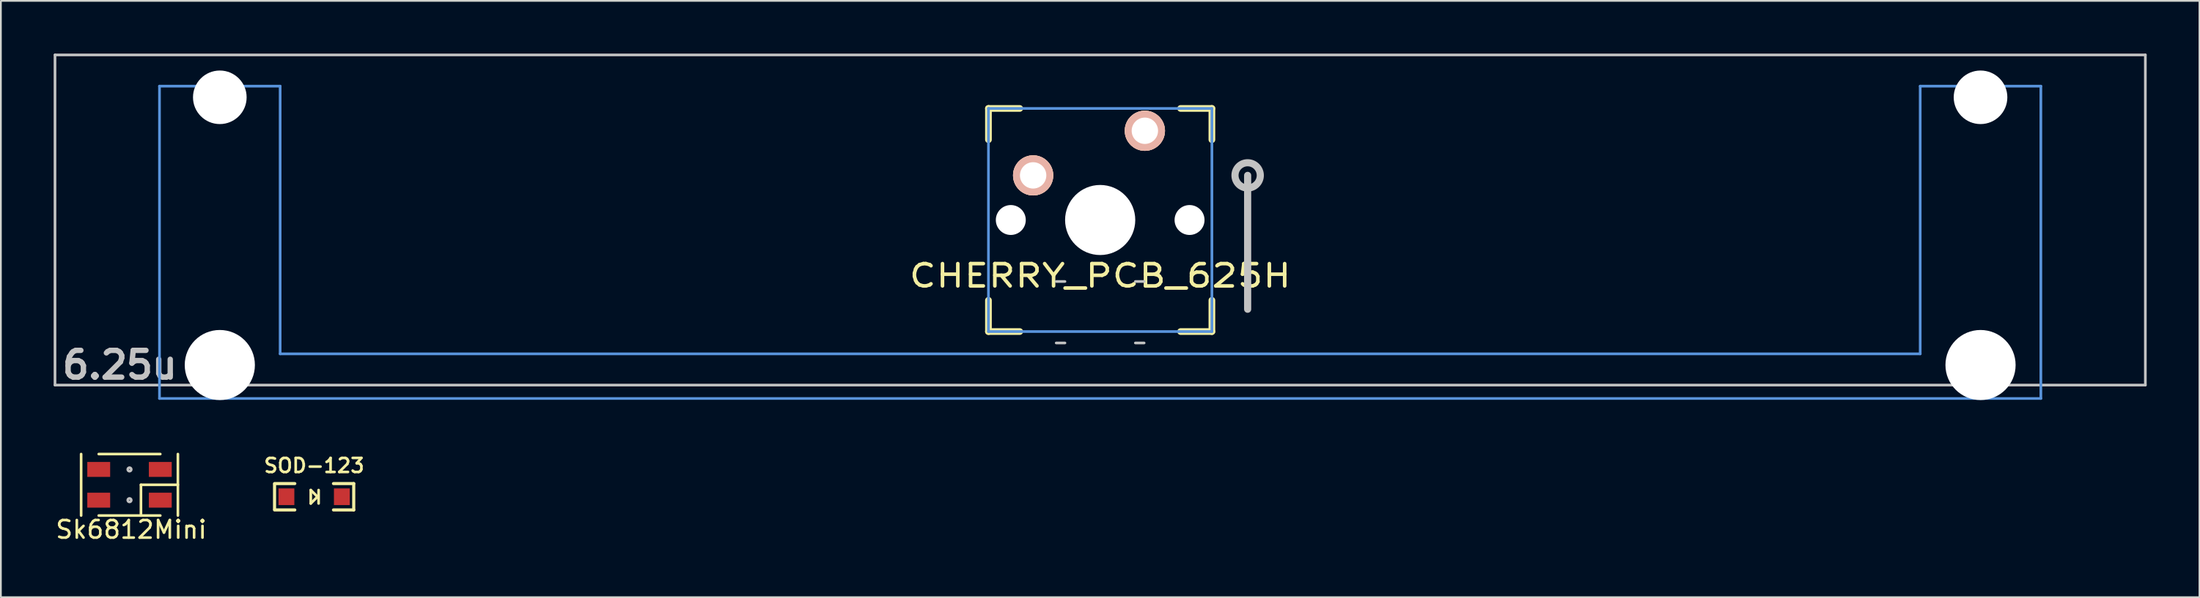
<source format=kicad_pcb>
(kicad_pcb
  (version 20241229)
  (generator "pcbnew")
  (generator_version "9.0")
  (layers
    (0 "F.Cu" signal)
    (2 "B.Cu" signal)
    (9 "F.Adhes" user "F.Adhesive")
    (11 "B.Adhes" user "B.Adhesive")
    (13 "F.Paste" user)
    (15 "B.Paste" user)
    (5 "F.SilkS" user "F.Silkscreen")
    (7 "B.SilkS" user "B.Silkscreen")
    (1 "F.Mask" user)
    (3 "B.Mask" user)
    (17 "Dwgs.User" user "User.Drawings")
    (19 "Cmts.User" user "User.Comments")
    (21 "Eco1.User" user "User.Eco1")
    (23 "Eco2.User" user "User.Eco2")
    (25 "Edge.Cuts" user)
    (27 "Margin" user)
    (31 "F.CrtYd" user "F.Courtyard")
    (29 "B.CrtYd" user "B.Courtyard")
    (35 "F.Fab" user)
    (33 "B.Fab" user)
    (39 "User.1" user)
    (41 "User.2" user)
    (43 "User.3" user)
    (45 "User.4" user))
  (footprint "SOD-123"
    (layer "F.Cu")
    (at 14.805 25.229)
    (property "Reference" "SOD-123" (at 0 -1.775 0) (layer "F.SilkS") (effects (font (size 0.8 0.8) (thickness 0.15))))
    (attr smd)
    (fp_line (start -2.25 -0.75) (end -1.1 -0.75) (stroke (width 0.178) (type solid)) (layer "F.SilkS"))
    (fp_line (start -2.25 -0.7) (end -2.25 0.7) (stroke (width 0.178) (type solid)) (layer "F.SilkS"))
    (fp_line (start -2.25 0.75) (end -1.1 0.75) (stroke (width 0.178) (type solid)) (layer "F.SilkS"))
    (fp_line (start -0.191 -0.381) (end -0.191 0.381) (stroke (width 0.152) (type solid)) (layer "F.SilkS"))
    (fp_line (start -0.191 0.381) (end 0.191 0) (stroke (width 0.152) (type solid)) (layer "F.SilkS"))
    (fp_line (start 0.191 0) (end -0.191 -0.381) (stroke (width 0.152) (type solid)) (layer "F.SilkS"))
    (fp_line (start 0.254 -0.381) (end 0.254 0.381) (stroke (width 0.152) (type solid)) (layer "F.SilkS"))
    (fp_line (start 2.25 -0.75) (end 1.1 -0.75) (stroke (width 0.178) (type solid)) (layer "F.SilkS"))
    (fp_line (start 2.25 -0.75) (end 2.25 0.75) (stroke (width 0.178) (type solid)) (layer "F.SilkS"))
    (fp_line (start 2.25 0.75) (end 1.1 0.75) (stroke (width 0.178) (type solid)) (layer "F.SilkS"))
    (pad "1" smd rect (at -1.575 0) (size 0.9 0.95) (layers "F.Cu" "F.Mask" "F.Paste"))
    (pad "2" smd rect (at 1.575 0) (size 0.9 0.95) (layers "F.Cu" "F.Mask" "F.Paste")))
  (footprint "Sk6812Mini"
    (layer "F.Cu")
    (at 4.311 24.548)
    (property "Reference" "Sk6812Mini" (at 0.1 2.55 0) (layer "F.SilkS") (effects (font (size 1 1) (thickness 0.15))))
    (attr through_hole)
    (fp_line (start -2.75 -1.75) (end -2.75 1.75) (stroke (width 0.15) (type solid)) (layer "F.SilkS"))
    (fp_line (start -1.75 -1.75) (end 1.75 -1.75) (stroke (width 0.15) (type solid)) (layer "F.SilkS"))
    (fp_line (start -1.75 1.75) (end 1.75 1.75) (stroke (width 0.15) (type solid)) (layer "F.SilkS"))
    (fp_line (start 0.65 0) (end 0.65 1.75) (stroke (width 0.15) (type solid)) (layer "F.SilkS"))
    (fp_line (start 0.65 0) (end 2.75 0) (stroke (width 0.15) (type solid)) (layer "F.SilkS"))
    (fp_line (start 2.75 -1.75) (end 2.75 1.75) (stroke (width 0.15) (type solid)) (layer "F.SilkS"))
    (fp_circle (center 0 -0.875) (end 0 -0.775) (stroke (width 0.15) (type solid)) (fill no) (layer "Dwgs.User"))
    (fp_circle (center 0 0.875) (end 0 0.975) (stroke (width 0.15) (type solid)) (fill no) (layer "Dwgs.User"))
    (pad "1" smd rect (at -1.75 -0.875) (size 1.3 0.85) (layers "F.Cu" "F.Mask" "F.Paste"))
    (pad "2" smd rect (at -1.75 0.875) (size 1.3 0.85) (layers "F.Cu" "F.Mask" "F.Paste"))
    (pad "3" smd rect (at 1.75 0.875) (size 1.3 0.85) (layers "F.Cu" "F.Mask" "F.Paste"))
    (pad "4" smd rect (at 1.75 -0.875) (size 1.3 0.85) (layers "F.Cu" "F.Mask" "F.Paste")))
  (footprint "CHERRY_PCB_625H"
    (layer "F.Cu")
    (at 59.482 9.474)
    (property "Reference" "CHERRY_PCB_625H" (at 0 3.175 0) (layer "F.SilkS") (effects (font (size 1.27 1.524) (thickness 0.203))))
    (attr through_hole)
    (fp_line (start -6.35 -6.35) (end -4.572 -6.35) (stroke (width 0.381) (type solid)) (layer "F.SilkS"))
    (fp_line (start -6.35 -4.572) (end -6.35 -6.35) (stroke (width 0.381) (type solid)) (layer "F.SilkS"))
    (fp_line (start -6.35 6.35) (end -6.35 4.572) (stroke (width 0.381) (type solid)) (layer "F.SilkS"))
    (fp_line (start -4.572 6.35) (end -6.35 6.35) (stroke (width 0.381) (type solid)) (layer "F.SilkS"))
    (fp_line (start 4.572 -6.35) (end 6.35 -6.35) (stroke (width 0.381) (type solid)) (layer "F.SilkS"))
    (fp_line (start 6.35 -6.35) (end 6.35 -4.572) (stroke (width 0.381) (type solid)) (layer "F.SilkS"))
    (fp_line (start 6.35 4.572) (end 6.35 6.35) (stroke (width 0.381) (type solid)) (layer "F.SilkS"))
    (fp_line (start 6.35 6.35) (end 4.572 6.35) (stroke (width 0.381) (type solid)) (layer "F.SilkS"))
    (fp_line (start -59.406 -9.398) (end 59.406 -9.398) (stroke (width 0.152) (type solid)) (layer "Dwgs.User"))
    (fp_line (start -59.406 9.398) (end -59.406 -9.398) (stroke (width 0.152) (type solid)) (layer "Dwgs.User"))
    (fp_line (start -2.5 3.5) (end -2 3.5) (stroke (width 0.15) (type solid)) (layer "Dwgs.User"))
    (fp_line (start -2.5 7) (end -2 7) (stroke (width 0.15) (type solid)) (layer "Dwgs.User"))
    (fp_line (start 2 3.5) (end 2.5 3.5) (stroke (width 0.15) (type solid)) (layer "Dwgs.User"))
    (fp_line (start 2 7) (end 2.5 7) (stroke (width 0.15) (type solid)) (layer "Dwgs.User"))
    (fp_line (start 8.382 -2.54) (end 8.382 5.08) (stroke (width 0.406) (type solid)) (layer "Dwgs.User"))
    (fp_line (start 59.406 -9.398) (end 59.406 9.398) (stroke (width 0.152) (type solid)) (layer "Dwgs.User"))
    (fp_line (start 59.406 9.398) (end -59.406 9.398) (stroke (width 0.152) (type solid)) (layer "Dwgs.User"))
    (fp_circle (center 8.382 -2.54) (end 8.992 -2.921) (stroke (width 0.406) (type solid)) (fill no) (layer "Dwgs.User"))
    (fp_line (start -53.467 -7.62) (end -53.467 10.16) (stroke (width 0.152) (type solid)) (layer "Cmts.User"))
    (fp_line (start -53.467 10.16) (end 53.467 10.16) (stroke (width 0.152) (type solid)) (layer "Cmts.User"))
    (fp_line (start -46.609 -7.62) (end -53.467 -7.62) (stroke (width 0.152) (type solid)) (layer "Cmts.User"))
    (fp_line (start -46.609 7.62) (end -46.609 -7.62) (stroke (width 0.152) (type solid)) (layer "Cmts.User"))
    (fp_line (start -6.35 -6.35) (end 6.35 -6.35) (stroke (width 0.152) (type solid)) (layer "Cmts.User"))
    (fp_line (start -6.35 6.35) (end -6.35 -6.35) (stroke (width 0.152) (type solid)) (layer "Cmts.User"))
    (fp_line (start 6.35 -6.35) (end 6.35 6.35) (stroke (width 0.152) (type solid)) (layer "Cmts.User"))
    (fp_line (start 6.35 6.35) (end -6.35 6.35) (stroke (width 0.152) (type solid)) (layer "Cmts.User"))
    (fp_line (start 46.609 -7.62) (end 46.609 7.62) (stroke (width 0.152) (type solid)) (layer "Cmts.User"))
    (fp_line (start 46.609 7.62) (end -46.609 7.62) (stroke (width 0.152) (type solid)) (layer "Cmts.User"))
    (fp_line (start 53.467 -7.62) (end 46.609 -7.62) (stroke (width 0.152) (type solid)) (layer "Cmts.User"))
    (fp_line (start 53.467 10.16) (end 53.467 -7.62) (stroke (width 0.152) (type solid)) (layer "Cmts.User"))
    (fp_line (start -54.229 -2.286) (end -53.365 -2.286) (stroke (width 0.152) (type solid)) (layer "Eco2.User"))
    (fp_line (start -54.229 0.508) (end -54.229 -2.286) (stroke (width 0.152) (type solid)) (layer "Eco2.User"))
    (fp_line (start -53.365 -5.69) (end -46.711 -5.69) (stroke (width 0.152) (type solid)) (layer "Eco2.User"))
    (fp_line (start -53.365 -2.286) (end -53.365 -5.69) (stroke (width 0.152) (type solid)) (layer "Eco2.User"))
    (fp_line (start -53.365 0.508) (end -54.229 0.508) (stroke (width 0.152) (type solid)) (layer "Eco2.User"))
    (fp_line (start -53.365 6.604) (end -53.365 0.508) (stroke (width 0.152) (type solid)) (layer "Eco2.User"))
    (fp_line (start -52.324 6.604) (end -53.365 6.604) (stroke (width 0.152) (type solid)) (layer "Eco2.User"))
    (fp_line (start -52.324 7.772) (end -52.324 6.604) (stroke (width 0.152) (type solid)) (layer "Eco2.User"))
    (fp_line (start -47.752 6.604) (end -47.752 7.772) (stroke (width 0.152) (type solid)) (layer "Eco2.User"))
    (fp_line (start -47.752 7.772) (end -52.324 7.772) (stroke (width 0.152) (type solid)) (layer "Eco2.User"))
    (fp_line (start -46.711 -5.69) (end -46.711 -2.286) (stroke (width 0.152) (type solid)) (layer "Eco2.User"))
    (fp_line (start -46.711 -2.286) (end -6.985 -2.286) (stroke (width 0.152) (type solid)) (layer "Eco2.User"))
    (fp_line (start -46.711 2.286) (end -46.711 6.604) (stroke (width 0.152) (type solid)) (layer "Eco2.User"))
    (fp_line (start -46.711 6.604) (end -47.752 6.604) (stroke (width 0.152) (type solid)) (layer "Eco2.User"))
    (fp_line (start -6.985 -6.985) (end 6.985 -6.985) (stroke (width 0.152) (type solid)) (layer "Eco2.User"))
    (fp_line (start -6.985 -2.286) (end -6.985 -6.985) (stroke (width 0.152) (type solid)) (layer "Eco2.User"))
    (fp_line (start -6.985 2.286) (end -46.711 2.286) (stroke (width 0.152) (type solid)) (layer "Eco2.User"))
    (fp_line (start -6.985 6.985) (end -6.985 2.286) (stroke (width 0.152) (type solid)) (layer "Eco2.User"))
    (fp_line (start 6.985 -6.985) (end 6.985 -2.286) (stroke (width 0.152) (type solid)) (layer "Eco2.User"))
    (fp_line (start 6.985 -2.286) (end 46.711 -2.286) (stroke (width 0.152) (type solid)) (layer "Eco2.User"))
    (fp_line (start 6.985 2.286) (end 6.985 6.985) (stroke (width 0.152) (type solid)) (layer "Eco2.User"))
    (fp_line (start 6.985 6.985) (end -6.985 6.985) (stroke (width 0.152) (type solid)) (layer "Eco2.User"))
    (fp_line (start 46.711 -5.69) (end 53.365 -5.69) (stroke (width 0.152) (type solid)) (layer "Eco2.User"))
    (fp_line (start 46.711 -2.286) (end 46.711 -5.69) (stroke (width 0.152) (type solid)) (layer "Eco2.User"))
    (fp_line (start 46.711 2.286) (end 6.985 2.286) (stroke (width 0.152) (type solid)) (layer "Eco2.User"))
    (fp_line (start 46.711 6.604) (end 46.711 2.286) (stroke (width 0.152) (type solid)) (layer "Eco2.User"))
    (fp_line (start 47.752 6.604) (end 46.711 6.604) (stroke (width 0.152) (type solid)) (layer "Eco2.User"))
    (fp_line (start 47.752 7.772) (end 47.752 6.604) (stroke (width 0.152) (type solid)) (layer "Eco2.User"))
    (fp_line (start 52.324 6.604) (end 52.324 7.772) (stroke (width 0.152) (type solid)) (layer "Eco2.User"))
    (fp_line (start 52.324 7.772) (end 47.752 7.772) (stroke (width 0.152) (type solid)) (layer "Eco2.User"))
    (fp_line (start 53.365 -5.69) (end 53.365 -2.286) (stroke (width 0.152) (type solid)) (layer "Eco2.User"))
    (fp_line (start 53.365 -2.286) (end 54.229 -2.286) (stroke (width 0.152) (type solid)) (layer "Eco2.User"))
    (fp_line (start 53.365 0.508) (end 53.365 6.604) (stroke (width 0.152) (type solid)) (layer "Eco2.User"))
    (fp_line (start 53.365 6.604) (end 52.324 6.604) (stroke (width 0.152) (type solid)) (layer "Eco2.User"))
    (fp_line (start 54.229 -2.286) (end 54.229 0.508) (stroke (width 0.152) (type solid)) (layer "Eco2.User"))
    (fp_line (start 54.229 0.508) (end 53.365 0.508) (stroke (width 0.152) (type solid)) (layer "Eco2.User"))
    (fp_text user "6.25u" (at -55.723 8.255 0) (layer "Dwgs.User") (effects (font (size 1.524 1.524) (thickness 0.305))))
    (pad "" np_thru_hole circle (at -50.038 -6.985) (size 3.048 3.048) (drill 3.048) (layers "*.Cu"))
    (pad "" np_thru_hole circle (at -50.038 8.255) (size 3.988 3.988) (drill 3.988) (layers "*.Cu"))
    (pad "" np_thru_hole circle (at -5.08 0) (size 1.702 1.702) (drill 1.702) (layers "*.Cu"))
    (pad "" np_thru_hole circle (at 0 0) (size 3.988 3.988) (drill 3.988) (layers "*.Cu"))
    (pad "" np_thru_hole circle (at 5.08 0) (size 1.702 1.702) (drill 1.702) (layers "*.Cu"))
    (pad "" np_thru_hole circle (at 50.038 -6.985) (size 3.048 3.048) (drill 3.048) (layers "*.Cu"))
    (pad "" np_thru_hole circle (at 50.038 8.255) (size 3.988 3.988) (drill 3.988) (layers "*.Cu"))
    (pad "1" thru_hole circle (at 2.54 -5.08) (size 2.286 2.286) (drill 1.499) (layers "*.Cu" "*.SilkS" "*.Mask"))
    (pad "2" thru_hole circle (at -3.81 -2.54) (size 2.286 2.286) (drill 1.499) (layers "*.Cu" "*.SilkS" "*.Mask")))
  (gr_rect
    (start -3 -3)
    (end 121.963 30.946)
    (stroke (width 0.1) (type default))
    (fill no)
    (layer "Edge.Cuts")))
</source>
